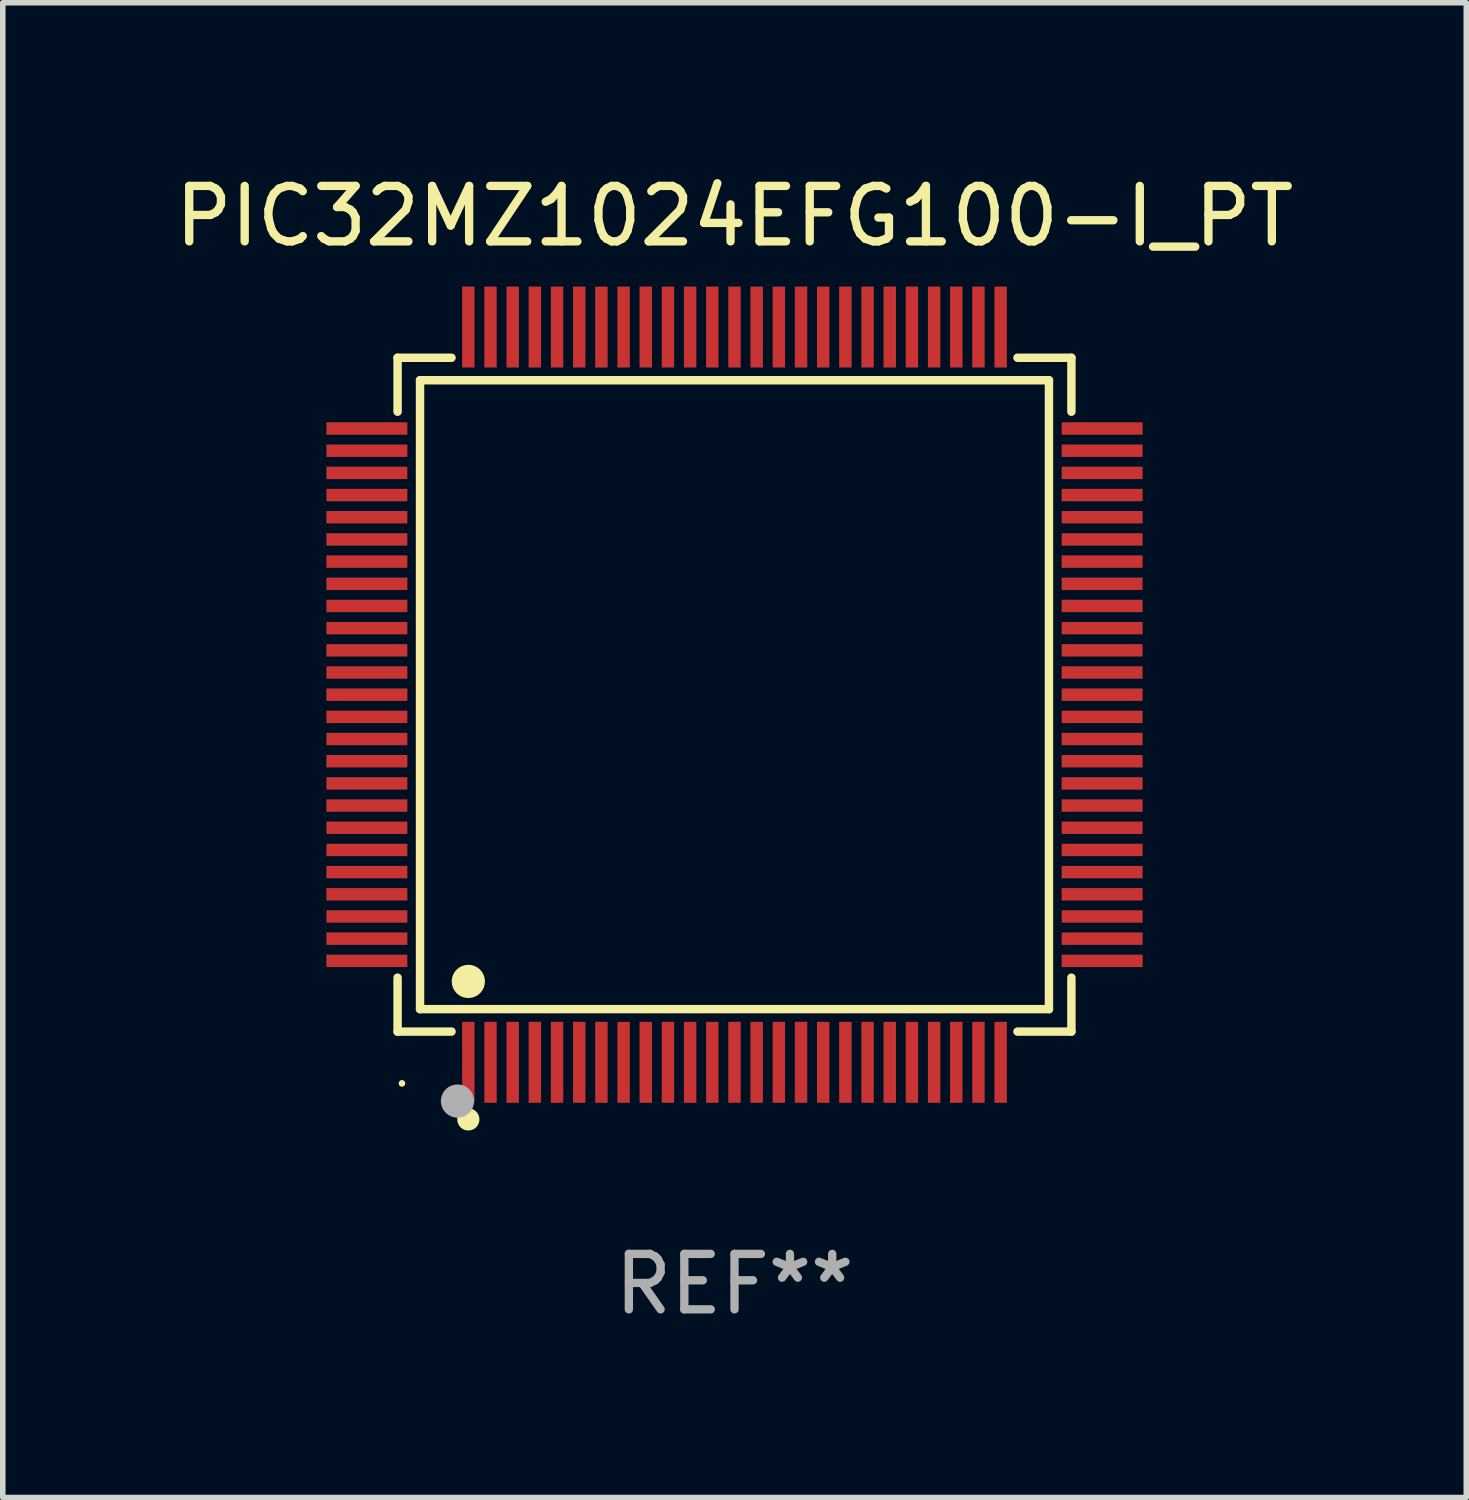
<source format=kicad_pcb>
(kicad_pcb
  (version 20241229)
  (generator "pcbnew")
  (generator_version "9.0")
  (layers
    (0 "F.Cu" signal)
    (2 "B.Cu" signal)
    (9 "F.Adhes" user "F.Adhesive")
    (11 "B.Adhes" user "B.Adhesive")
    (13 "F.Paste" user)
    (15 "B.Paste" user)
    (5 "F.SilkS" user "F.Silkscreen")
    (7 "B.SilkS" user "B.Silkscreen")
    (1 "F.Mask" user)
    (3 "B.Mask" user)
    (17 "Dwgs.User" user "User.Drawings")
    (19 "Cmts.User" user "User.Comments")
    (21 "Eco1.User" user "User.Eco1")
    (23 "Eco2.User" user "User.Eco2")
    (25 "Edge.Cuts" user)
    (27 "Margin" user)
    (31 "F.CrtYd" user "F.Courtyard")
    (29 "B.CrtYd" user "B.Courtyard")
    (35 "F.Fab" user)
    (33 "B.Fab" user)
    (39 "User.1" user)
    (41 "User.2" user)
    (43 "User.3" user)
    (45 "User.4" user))
  (footprint "PIC32MZ1024EFG100-I_PT"
    (layer "F.Cu")
    (at 10.196 9.478)
    (property "Reference" "PIC32MZ1024EFG100-I_PT" (at 0 -8.63 0) (layer "F.SilkS") (effects (font (size 1 1) (thickness 0.15))))
    (attr through_hole)
    (fp_line (start -6.076 -6.076) (end -5.103 -6.076) (stroke (width 0.152) (type solid)) (layer "F.SilkS"))
    (fp_line (start -6.076 -5.103) (end -6.076 -6.076) (stroke (width 0.152) (type solid)) (layer "F.SilkS"))
    (fp_line (start -6.076 5.103) (end -6.076 6.076) (stroke (width 0.152) (type solid)) (layer "F.SilkS"))
    (fp_line (start -6.076 6.076) (end -5.103 6.076) (stroke (width 0.152) (type solid)) (layer "F.SilkS"))
    (fp_line (start -5.671 -5.671) (end 5.671 -5.671) (stroke (width 0.152) (type solid)) (layer "F.SilkS"))
    (fp_line (start -5.671 5.671) (end -5.671 -5.671) (stroke (width 0.152) (type solid)) (layer "F.SilkS"))
    (fp_line (start 5.671 -5.671) (end 5.671 5.671) (stroke (width 0.152) (type solid)) (layer "F.SilkS"))
    (fp_line (start 5.671 5.671) (end -5.671 5.671) (stroke (width 0.152) (type solid)) (layer "F.SilkS"))
    (fp_line (start 6.076 -6.076) (end 5.103 -6.076) (stroke (width 0.152) (type solid)) (layer "F.SilkS"))
    (fp_line (start 6.076 -5.103) (end 6.076 -6.076) (stroke (width 0.152) (type solid)) (layer "F.SilkS"))
    (fp_line (start 6.076 5.103) (end 6.076 6.076) (stroke (width 0.152) (type solid)) (layer "F.SilkS"))
    (fp_line (start 6.076 6.076) (end 5.103 6.076) (stroke (width 0.152) (type solid)) (layer "F.SilkS"))
    (fp_circle (center -5.997 7.01) (end -5.967 7.01) (stroke (width 0.06) (type solid)) (fill no) (layer "F.SilkS"))
    (fp_circle (center -4.8 5.171) (end -4.65 5.171) (stroke (width 0.3) (type solid)) (fill no) (layer "F.SilkS"))
    (fp_circle (center -4.8 7.66) (end -4.7 7.66) (stroke (width 0.2) (type solid)) (fill no) (layer "F.SilkS"))
    (fp_circle (center -4.996 7.329) (end -4.846 7.329) (stroke (width 0.3) (type solid)) (fill no) (layer "F.Fab"))
    (fp_text user "REF**" (at 0 10.63 0) (layer "F.Fab") (effects (font (size 1 1) (thickness 0.15))))
    (pad "1" smd rect (at -4.8 6.63) (size 0.224 1.46) (layers "F.Cu" "F.Mask" "F.Paste"))
    (pad "2" smd rect (at -4.4 6.63) (size 0.224 1.46) (layers "F.Cu" "F.Mask" "F.Paste"))
    (pad "3" smd rect (at -4 6.63) (size 0.224 1.46) (layers "F.Cu" "F.Mask" "F.Paste"))
    (pad "4" smd rect (at -3.6 6.63) (size 0.224 1.46) (layers "F.Cu" "F.Mask" "F.Paste"))
    (pad "5" smd rect (at -3.2 6.63) (size 0.224 1.46) (layers "F.Cu" "F.Mask" "F.Paste"))
    (pad "6" smd rect (at -2.8 6.63) (size 0.224 1.46) (layers "F.Cu" "F.Mask" "F.Paste"))
    (pad "7" smd rect (at -2.4 6.63) (size 0.224 1.46) (layers "F.Cu" "F.Mask" "F.Paste"))
    (pad "8" smd rect (at -2 6.63) (size 0.224 1.46) (layers "F.Cu" "F.Mask" "F.Paste"))
    (pad "9" smd rect (at -1.6 6.63) (size 0.224 1.46) (layers "F.Cu" "F.Mask" "F.Paste"))
    (pad "10" smd rect (at -1.2 6.63) (size 0.224 1.46) (layers "F.Cu" "F.Mask" "F.Paste"))
    (pad "11" smd rect (at -0.8 6.63) (size 0.224 1.46) (layers "F.Cu" "F.Mask" "F.Paste"))
    (pad "12" smd rect (at -0.4 6.63) (size 0.224 1.46) (layers "F.Cu" "F.Mask" "F.Paste"))
    (pad "13" smd rect (at 0 6.63) (size 0.224 1.46) (layers "F.Cu" "F.Mask" "F.Paste"))
    (pad "14" smd rect (at 0.4 6.63) (size 0.224 1.46) (layers "F.Cu" "F.Mask" "F.Paste"))
    (pad "15" smd rect (at 0.8 6.63) (size 0.224 1.46) (layers "F.Cu" "F.Mask" "F.Paste"))
    (pad "16" smd rect (at 1.2 6.63) (size 0.224 1.46) (layers "F.Cu" "F.Mask" "F.Paste"))
    (pad "17" smd rect (at 1.6 6.63) (size 0.224 1.46) (layers "F.Cu" "F.Mask" "F.Paste"))
    (pad "18" smd rect (at 2 6.63) (size 0.224 1.46) (layers "F.Cu" "F.Mask" "F.Paste"))
    (pad "19" smd rect (at 2.4 6.63) (size 0.224 1.46) (layers "F.Cu" "F.Mask" "F.Paste"))
    (pad "20" smd rect (at 2.8 6.63) (size 0.224 1.46) (layers "F.Cu" "F.Mask" "F.Paste"))
    (pad "21" smd rect (at 3.2 6.63) (size 0.224 1.46) (layers "F.Cu" "F.Mask" "F.Paste"))
    (pad "22" smd rect (at 3.6 6.63) (size 0.224 1.46) (layers "F.Cu" "F.Mask" "F.Paste"))
    (pad "23" smd rect (at 4 6.63) (size 0.224 1.46) (layers "F.Cu" "F.Mask" "F.Paste"))
    (pad "24" smd rect (at 4.4 6.63) (size 0.224 1.46) (layers "F.Cu" "F.Mask" "F.Paste"))
    (pad "25" smd rect (at 4.8 6.63) (size 0.224 1.46) (layers "F.Cu" "F.Mask" "F.Paste"))
    (pad "26" smd rect (at 6.63 4.8) (size 1.46 0.224) (layers "F.Cu" "F.Mask" "F.Paste"))
    (pad "27" smd rect (at 6.63 4.4) (size 1.46 0.224) (layers "F.Cu" "F.Mask" "F.Paste"))
    (pad "28" smd rect (at 6.63 4) (size 1.46 0.224) (layers "F.Cu" "F.Mask" "F.Paste"))
    (pad "29" smd rect (at 6.63 3.6) (size 1.46 0.224) (layers "F.Cu" "F.Mask" "F.Paste"))
    (pad "30" smd rect (at 6.63 3.2) (size 1.46 0.224) (layers "F.Cu" "F.Mask" "F.Paste"))
    (pad "31" smd rect (at 6.63 2.8) (size 1.46 0.224) (layers "F.Cu" "F.Mask" "F.Paste"))
    (pad "32" smd rect (at 6.63 2.4) (size 1.46 0.224) (layers "F.Cu" "F.Mask" "F.Paste"))
    (pad "33" smd rect (at 6.63 2) (size 1.46 0.224) (layers "F.Cu" "F.Mask" "F.Paste"))
    (pad "34" smd rect (at 6.63 1.6) (size 1.46 0.224) (layers "F.Cu" "F.Mask" "F.Paste"))
    (pad "35" smd rect (at 6.63 1.2) (size 1.46 0.224) (layers "F.Cu" "F.Mask" "F.Paste"))
    (pad "36" smd rect (at 6.63 0.8) (size 1.46 0.224) (layers "F.Cu" "F.Mask" "F.Paste"))
    (pad "37" smd rect (at 6.63 0.4) (size 1.46 0.224) (layers "F.Cu" "F.Mask" "F.Paste"))
    (pad "38" smd rect (at 6.63 0) (size 1.46 0.224) (layers "F.Cu" "F.Mask" "F.Paste"))
    (pad "39" smd rect (at 6.63 -0.4) (size 1.46 0.224) (layers "F.Cu" "F.Mask" "F.Paste"))
    (pad "40" smd rect (at 6.63 -0.8) (size 1.46 0.224) (layers "F.Cu" "F.Mask" "F.Paste"))
    (pad "41" smd rect (at 6.63 -1.2) (size 1.46 0.224) (layers "F.Cu" "F.Mask" "F.Paste"))
    (pad "42" smd rect (at 6.63 -1.6) (size 1.46 0.224) (layers "F.Cu" "F.Mask" "F.Paste"))
    (pad "43" smd rect (at 6.63 -2) (size 1.46 0.224) (layers "F.Cu" "F.Mask" "F.Paste"))
    (pad "44" smd rect (at 6.63 -2.4) (size 1.46 0.224) (layers "F.Cu" "F.Mask" "F.Paste"))
    (pad "45" smd rect (at 6.63 -2.8) (size 1.46 0.224) (layers "F.Cu" "F.Mask" "F.Paste"))
    (pad "46" smd rect (at 6.63 -3.2) (size 1.46 0.224) (layers "F.Cu" "F.Mask" "F.Paste"))
    (pad "47" smd rect (at 6.63 -3.6) (size 1.46 0.224) (layers "F.Cu" "F.Mask" "F.Paste"))
    (pad "48" smd rect (at 6.63 -4) (size 1.46 0.224) (layers "F.Cu" "F.Mask" "F.Paste"))
    (pad "49" smd rect (at 6.63 -4.4) (size 1.46 0.224) (layers "F.Cu" "F.Mask" "F.Paste"))
    (pad "50" smd rect (at 6.63 -4.8) (size 1.46 0.224) (layers "F.Cu" "F.Mask" "F.Paste"))
    (pad "51" smd rect (at 4.8 -6.63) (size 0.224 1.46) (layers "F.Cu" "F.Mask" "F.Paste"))
    (pad "52" smd rect (at 4.4 -6.63) (size 0.224 1.46) (layers "F.Cu" "F.Mask" "F.Paste"))
    (pad "53" smd rect (at 4 -6.63) (size 0.224 1.46) (layers "F.Cu" "F.Mask" "F.Paste"))
    (pad "54" smd rect (at 3.6 -6.63) (size 0.224 1.46) (layers "F.Cu" "F.Mask" "F.Paste"))
    (pad "55" smd rect (at 3.2 -6.63) (size 0.224 1.46) (layers "F.Cu" "F.Mask" "F.Paste"))
    (pad "56" smd rect (at 2.8 -6.63) (size 0.224 1.46) (layers "F.Cu" "F.Mask" "F.Paste"))
    (pad "57" smd rect (at 2.4 -6.63) (size 0.224 1.46) (layers "F.Cu" "F.Mask" "F.Paste"))
    (pad "58" smd rect (at 2 -6.63) (size 0.224 1.46) (layers "F.Cu" "F.Mask" "F.Paste"))
    (pad "59" smd rect (at 1.6 -6.63) (size 0.224 1.46) (layers "F.Cu" "F.Mask" "F.Paste"))
    (pad "60" smd rect (at 1.2 -6.63) (size 0.224 1.46) (layers "F.Cu" "F.Mask" "F.Paste"))
    (pad "61" smd rect (at 0.8 -6.63) (size 0.224 1.46) (layers "F.Cu" "F.Mask" "F.Paste"))
    (pad "62" smd rect (at 0.4 -6.63) (size 0.224 1.46) (layers "F.Cu" "F.Mask" "F.Paste"))
    (pad "63" smd rect (at 0 -6.63) (size 0.224 1.46) (layers "F.Cu" "F.Mask" "F.Paste"))
    (pad "64" smd rect (at -0.4 -6.63) (size 0.224 1.46) (layers "F.Cu" "F.Mask" "F.Paste"))
    (pad "65" smd rect (at -0.8 -6.63) (size 0.224 1.46) (layers "F.Cu" "F.Mask" "F.Paste"))
    (pad "66" smd rect (at -1.2 -6.63) (size 0.224 1.46) (layers "F.Cu" "F.Mask" "F.Paste"))
    (pad "67" smd rect (at -1.6 -6.63) (size 0.224 1.46) (layers "F.Cu" "F.Mask" "F.Paste"))
    (pad "68" smd rect (at -2 -6.63) (size 0.224 1.46) (layers "F.Cu" "F.Mask" "F.Paste"))
    (pad "69" smd rect (at -2.4 -6.63) (size 0.224 1.46) (layers "F.Cu" "F.Mask" "F.Paste"))
    (pad "70" smd rect (at -2.8 -6.63) (size 0.224 1.46) (layers "F.Cu" "F.Mask" "F.Paste"))
    (pad "71" smd rect (at -3.2 -6.63) (size 0.224 1.46) (layers "F.Cu" "F.Mask" "F.Paste"))
    (pad "72" smd rect (at -3.6 -6.63) (size 0.224 1.46) (layers "F.Cu" "F.Mask" "F.Paste"))
    (pad "73" smd rect (at -4 -6.63) (size 0.224 1.46) (layers "F.Cu" "F.Mask" "F.Paste"))
    (pad "74" smd rect (at -4.4 -6.63) (size 0.224 1.46) (layers "F.Cu" "F.Mask" "F.Paste"))
    (pad "75" smd rect (at -4.8 -6.63) (size 0.224 1.46) (layers "F.Cu" "F.Mask" "F.Paste"))
    (pad "76" smd rect (at -6.63 -4.8) (size 1.46 0.224) (layers "F.Cu" "F.Mask" "F.Paste"))
    (pad "77" smd rect (at -6.63 -4.4) (size 1.46 0.224) (layers "F.Cu" "F.Mask" "F.Paste"))
    (pad "78" smd rect (at -6.63 -4) (size 1.46 0.224) (layers "F.Cu" "F.Mask" "F.Paste"))
    (pad "79" smd rect (at -6.63 -3.6) (size 1.46 0.224) (layers "F.Cu" "F.Mask" "F.Paste"))
    (pad "80" smd rect (at -6.63 -3.2) (size 1.46 0.224) (layers "F.Cu" "F.Mask" "F.Paste"))
    (pad "81" smd rect (at -6.63 -2.8) (size 1.46 0.224) (layers "F.Cu" "F.Mask" "F.Paste"))
    (pad "82" smd rect (at -6.63 -2.4) (size 1.46 0.224) (layers "F.Cu" "F.Mask" "F.Paste"))
    (pad "83" smd rect (at -6.63 -2) (size 1.46 0.224) (layers "F.Cu" "F.Mask" "F.Paste"))
    (pad "84" smd rect (at -6.63 -1.6) (size 1.46 0.224) (layers "F.Cu" "F.Mask" "F.Paste"))
    (pad "85" smd rect (at -6.63 -1.2) (size 1.46 0.224) (layers "F.Cu" "F.Mask" "F.Paste"))
    (pad "86" smd rect (at -6.63 -0.8) (size 1.46 0.224) (layers "F.Cu" "F.Mask" "F.Paste"))
    (pad "87" smd rect (at -6.63 -0.4) (size 1.46 0.224) (layers "F.Cu" "F.Mask" "F.Paste"))
    (pad "88" smd rect (at -6.63 0) (size 1.46 0.224) (layers "F.Cu" "F.Mask" "F.Paste"))
    (pad "89" smd rect (at -6.63 0.4) (size 1.46 0.224) (layers "F.Cu" "F.Mask" "F.Paste"))
    (pad "90" smd rect (at -6.63 0.8) (size 1.46 0.224) (layers "F.Cu" "F.Mask" "F.Paste"))
    (pad "91" smd rect (at -6.63 1.2) (size 1.46 0.224) (layers "F.Cu" "F.Mask" "F.Paste"))
    (pad "92" smd rect (at -6.63 1.6) (size 1.46 0.224) (layers "F.Cu" "F.Mask" "F.Paste"))
    (pad "93" smd rect (at -6.63 2) (size 1.46 0.224) (layers "F.Cu" "F.Mask" "F.Paste"))
    (pad "94" smd rect (at -6.63 2.4) (size 1.46 0.224) (layers "F.Cu" "F.Mask" "F.Paste"))
    (pad "95" smd rect (at -6.63 2.8) (size 1.46 0.224) (layers "F.Cu" "F.Mask" "F.Paste"))
    (pad "96" smd rect (at -6.63 3.2) (size 1.46 0.224) (layers "F.Cu" "F.Mask" "F.Paste"))
    (pad "97" smd rect (at -6.63 3.6) (size 1.46 0.224) (layers "F.Cu" "F.Mask" "F.Paste"))
    (pad "98" smd rect (at -6.63 4) (size 1.46 0.224) (layers "F.Cu" "F.Mask" "F.Paste"))
    (pad "99" smd rect (at -6.63 4.4) (size 1.46 0.224) (layers "F.Cu" "F.Mask" "F.Paste"))
    (pad "100" smd rect (at -6.63 4.8) (size 1.46 0.224) (layers "F.Cu" "F.Mask" "F.Paste")))
  (gr_rect
    (start -3 -3)
    (end 23.393 23.956)
    (stroke (width 0.1) (type default))
    (fill no)
    (layer "Edge.Cuts")))
</source>
